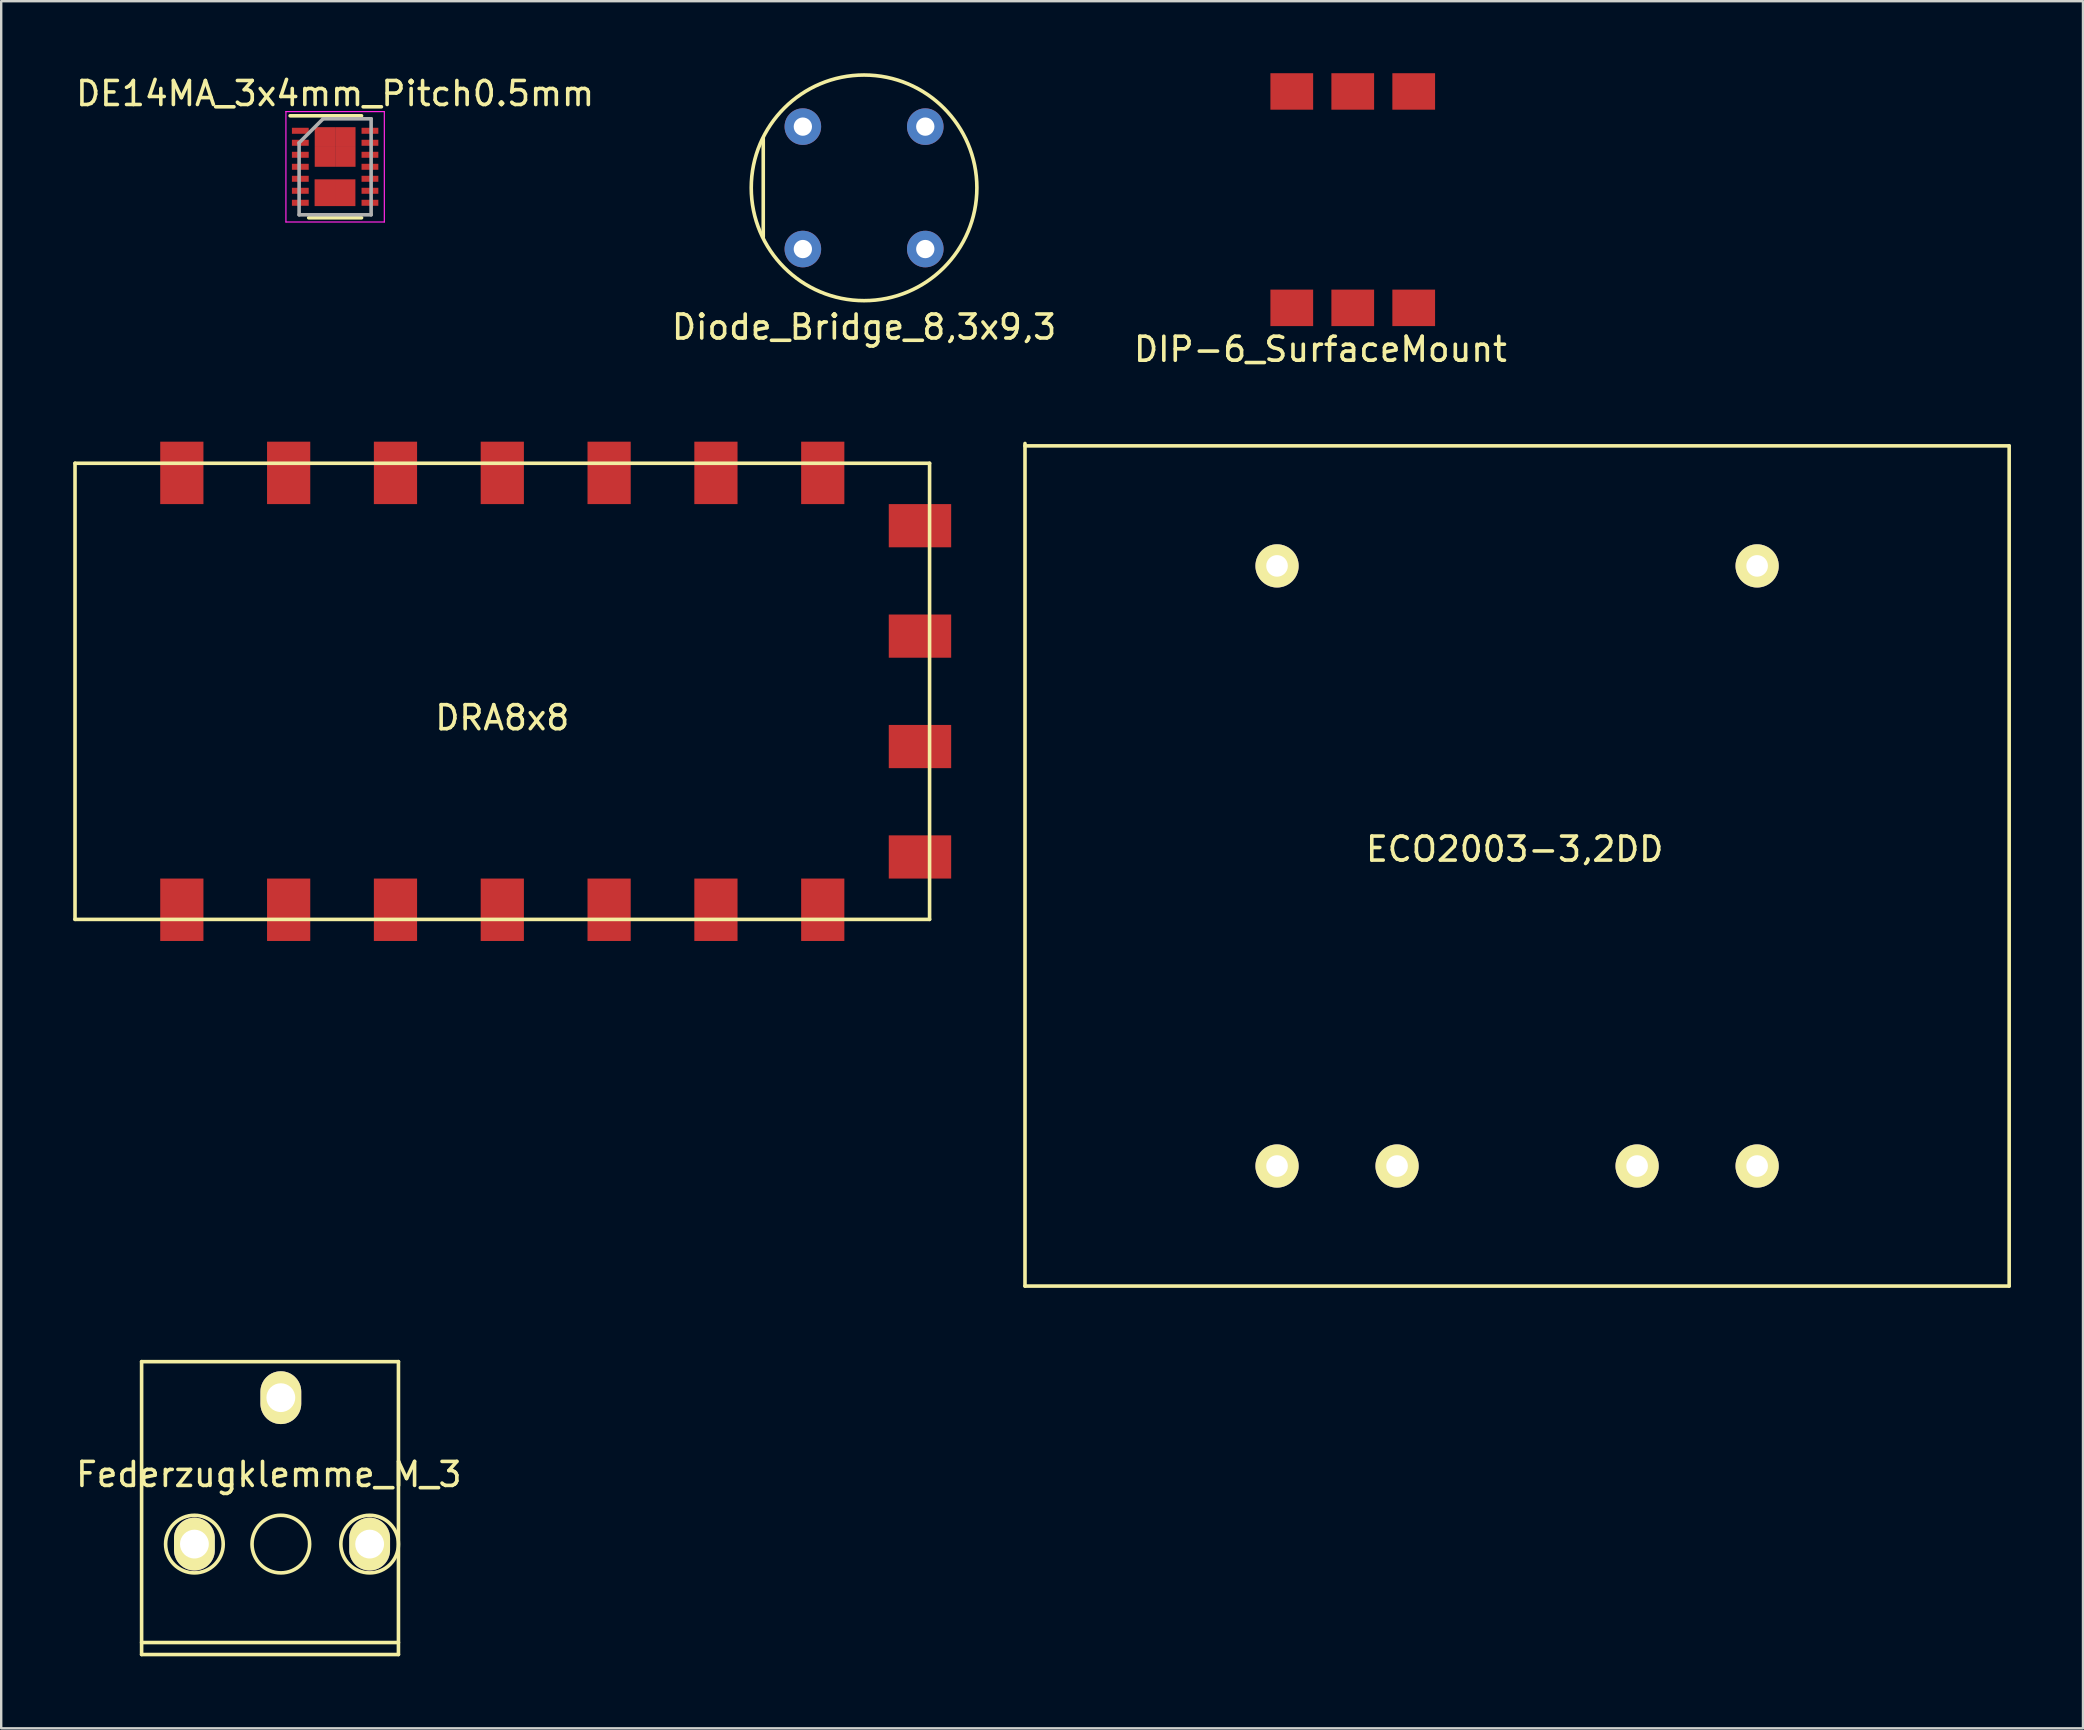
<source format=kicad_pcb>
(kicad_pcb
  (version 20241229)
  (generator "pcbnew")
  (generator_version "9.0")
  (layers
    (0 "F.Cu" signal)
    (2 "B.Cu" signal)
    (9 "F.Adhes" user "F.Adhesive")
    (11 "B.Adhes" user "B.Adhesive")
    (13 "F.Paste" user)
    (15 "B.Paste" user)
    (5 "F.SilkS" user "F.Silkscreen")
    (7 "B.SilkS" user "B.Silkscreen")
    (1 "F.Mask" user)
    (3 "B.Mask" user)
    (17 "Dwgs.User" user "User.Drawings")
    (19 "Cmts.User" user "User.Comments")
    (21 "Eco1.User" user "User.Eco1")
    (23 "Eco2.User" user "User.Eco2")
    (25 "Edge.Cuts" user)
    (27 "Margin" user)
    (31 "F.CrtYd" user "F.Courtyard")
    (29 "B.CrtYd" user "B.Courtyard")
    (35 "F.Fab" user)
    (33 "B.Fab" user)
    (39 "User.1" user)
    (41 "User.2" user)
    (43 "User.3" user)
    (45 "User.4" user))
  (footprint "ECO2003-3,2DD"
    (layer "F.Cu")
    (at 60.05 32.325)
    (property "Reference" "ECO2003-3,2DD" (at 0 0 0) (layer "F.SilkS") (effects (font (size 1 1) (thickness 0.15))))
    (attr through_hole)
    (fp_line (start -20.4 -16.8) (end 20.6 -16.8) (stroke (width 0.15) (type solid)) (layer "F.SilkS"))
    (fp_line (start -20.4 18.2) (end -20.4 -16.9) (stroke (width 0.15) (type solid)) (layer "F.SilkS"))
    (fp_line (start 20.6 -16.8) (end 20.6 18.2) (stroke (width 0.15) (type solid)) (layer "F.SilkS"))
    (fp_line (start 20.6 18.2) (end -20.4 18.2) (stroke (width 0.15) (type solid)) (layer "F.SilkS"))
    (pad "1" thru_hole circle (at -9.9 -11.8) (size 1.8 1.8) (drill 0.9) (layers "*.Cu" "*.Mask" "F.SilkS"))
    (pad "2" thru_hole circle (at 10.1 -11.8) (size 1.8 1.8) (drill 0.9) (layers "*.Cu" "*.Mask" "F.SilkS"))
    (pad "3" thru_hole circle (at 10.1 13.2) (size 1.8 1.8) (drill 0.9) (layers "*.Cu" "*.Mask" "F.SilkS"))
    (pad "4" thru_hole circle (at 5.1 13.2) (size 1.8 1.8) (drill 0.9) (layers "*.Cu" "*.Mask" "F.SilkS"))
    (pad "5" thru_hole circle (at -4.9 13.2) (size 1.8 1.8) (drill 0.9) (layers "*.Cu" "*.Mask" "F.SilkS"))
    (pad "6" thru_hole circle (at -9.9 13.2) (size 1.8 1.8) (drill 0.9) (layers "*.Cu" "*.Mask" "F.SilkS")))
  (footprint "DE14MA_3x4mm_Pitch0.5mm"
    (layer "F.Cu")
    (at 10.911 3.898)
    (property "Reference" "DE14MA_3x4mm_Pitch0.5mm" (at 0 -3.05 0) (layer "F.SilkS") (effects (font (size 1 1) (thickness 0.15))))
    (attr smd)
    (fp_line (start -1.875 -2.125) (end 1.1 -2.125) (stroke (width 0.15) (type solid)) (layer "F.SilkS"))
    (fp_line (start -1.1 2.125) (end 1.1 2.125) (stroke (width 0.15) (type solid)) (layer "F.SilkS"))
    (fp_line (start -2.05 -2.3) (end -2.05 2.3) (stroke (width 0.05) (type solid)) (layer "F.CrtYd"))
    (fp_line (start -2.05 -2.3) (end 2.05 -2.3) (stroke (width 0.05) (type solid)) (layer "F.CrtYd"))
    (fp_line (start -2.05 2.3) (end 2.05 2.3) (stroke (width 0.05) (type solid)) (layer "F.CrtYd"))
    (fp_line (start 2.05 -2.3) (end 2.05 2.3) (stroke (width 0.05) (type solid)) (layer "F.CrtYd"))
    (fp_line (start -1.5 -1) (end -0.5 -2) (stroke (width 0.15) (type solid)) (layer "F.Fab"))
    (fp_line (start -1.5 2) (end -1.5 -1) (stroke (width 0.15) (type solid)) (layer "F.Fab"))
    (fp_line (start -0.5 -2) (end 1.5 -2) (stroke (width 0.15) (type solid)) (layer "F.Fab"))
    (fp_line (start 1.5 -2) (end 1.5 2) (stroke (width 0.15) (type solid)) (layer "F.Fab"))
    (fp_line (start 1.5 2) (end -1.5 2) (stroke (width 0.15) (type solid)) (layer "F.Fab"))
    (pad "1" smd rect (at -1.45 -1.5) (size 0.7 0.25) (layers "F.Cu" "F.Mask" "F.Paste"))
    (pad "2" smd rect (at -1.45 -1) (size 0.7 0.25) (layers "F.Cu" "F.Mask" "F.Paste"))
    (pad "3" smd rect (at -1.45 -0.5) (size 0.7 0.25) (layers "F.Cu" "F.Mask" "F.Paste"))
    (pad "4" smd rect (at -1.45 0) (size 0.7 0.25) (layers "F.Cu" "F.Mask" "F.Paste"))
    (pad "5" smd rect (at -1.45 0.5) (size 0.7 0.25) (layers "F.Cu" "F.Mask" "F.Paste"))
    (pad "6" smd rect (at -1.45 1) (size 0.7 0.25) (layers "F.Cu" "F.Mask" "F.Paste"))
    (pad "7" smd rect (at -1.45 1.5) (size 0.7 0.25) (layers "F.Cu" "F.Mask" "F.Paste"))
    (pad "8" smd rect (at 1.45 1.5) (size 0.7 0.25) (layers "F.Cu" "F.Mask" "F.Paste"))
    (pad "9" smd rect (at 1.45 1) (size 0.7 0.25) (layers "F.Cu" "F.Mask" "F.Paste"))
    (pad "10" smd rect (at 1.45 0.5) (size 0.7 0.25) (layers "F.Cu" "F.Mask" "F.Paste"))
    (pad "11" smd rect (at 1.45 0) (size 0.7 0.25) (layers "F.Cu" "F.Mask" "F.Paste"))
    (pad "12" smd rect (at 1.45 -0.5) (size 0.7 0.25) (layers "F.Cu" "F.Mask" "F.Paste"))
    (pad "13" smd rect (at 1.45 -1) (size 0.7 0.25) (layers "F.Cu" "F.Mask" "F.Paste"))
    (pad "14" smd rect (at 1.45 -1.5) (size 0.7 0.25) (layers "F.Cu" "F.Mask" "F.Paste"))
    (pad "15" smd rect (at -0.425 -1.238) (size 0.85 0.825) (layers "F.Cu" "F.Mask" "F.Paste"))
    (pad "15" smd rect (at -0.425 -0.412) (size 0.85 0.825) (layers "F.Cu" "F.Mask" "F.Paste"))
    (pad "15" smd rect (at 0.425 -1.238) (size 0.85 0.825) (layers "F.Cu" "F.Mask" "F.Paste"))
    (pad "15" smd rect (at 0.425 -0.412) (size 0.85 0.825) (layers "F.Cu" "F.Mask" "F.Paste"))
    (pad "16" smd rect (at -0.43 1.08) (size 0.85 1.115) (layers "F.Cu" "F.Mask" "F.Paste"))
    (pad "16" smd rect (at 0.42 1.08) (size 0.85 1.115) (layers "F.Cu" "F.Mask" "F.Paste")))
  (footprint "DRA8x8"
    (layer "F.Cu")
    (at 17.875 25.65)
    (property "Reference" "DRA8x8" (at 0 1.2 0) (layer "F.SilkS") (effects (font (size 1 1) (thickness 0.15))))
    (attr through_hole)
    (fp_line (start -17.8 -9.4) (end -17.8 9.6) (stroke (width 0.15) (type solid)) (layer "F.SilkS"))
    (fp_line (start -17.8 9.6) (end 17.8 9.6) (stroke (width 0.15) (type solid)) (layer "F.SilkS"))
    (fp_line (start 17.8 -9.4) (end -17.8 -9.4) (stroke (width 0.15) (type solid)) (layer "F.SilkS"))
    (fp_line (start 17.8 9.6) (end 17.8 -9.4) (stroke (width 0.15) (type solid)) (layer "F.SilkS"))
    (pad "1" smd rect (at -13.35 -9 90) (size 2.6 1.8) (layers "F.Cu" "F.Mask" "F.Paste"))
    (pad "2" smd rect (at -8.9 -9 90) (size 2.6 1.8) (layers "F.Cu" "F.Mask" "F.Paste"))
    (pad "3" smd rect (at -4.45 -9 90) (size 2.6 1.8) (layers "F.Cu" "F.Mask" "F.Paste"))
    (pad "4" smd rect (at 0 -9 90) (size 2.6 1.8) (layers "F.Cu" "F.Mask" "F.Paste"))
    (pad "5" smd rect (at 4.45 -9 90) (size 2.6 1.8) (layers "F.Cu" "F.Mask" "F.Paste"))
    (pad "6" smd rect (at 8.9 -9 90) (size 2.6 1.8) (layers "F.Cu" "F.Mask" "F.Paste"))
    (pad "7" smd rect (at 13.35 -9 90) (size 2.6 1.8) (layers "F.Cu" "F.Mask" "F.Paste"))
    (pad "8" smd rect (at 17.4 -6.8) (size 2.6 1.8) (layers "F.Cu" "F.Mask" "F.Paste"))
    (pad "9" smd rect (at 17.4 -2.2) (size 2.6 1.8) (layers "F.Cu" "F.Mask" "F.Paste"))
    (pad "10" smd rect (at 17.4 2.4) (size 2.6 1.8) (layers "F.Cu" "F.Mask" "F.Paste"))
    (pad "11" smd rect (at 17.4 7) (size 2.6 1.8) (layers "F.Cu" "F.Mask" "F.Paste"))
    (pad "12" smd rect (at 13.35 9.2 90) (size 2.6 1.8) (layers "F.Cu" "F.Mask" "F.Paste"))
    (pad "13" smd rect (at 8.9 9.2 90) (size 2.6 1.8) (layers "F.Cu" "F.Mask" "F.Paste"))
    (pad "14" smd rect (at 4.45 9.2 90) (size 2.6 1.8) (layers "F.Cu" "F.Mask" "F.Paste"))
    (pad "15" smd rect (at 0 9.2 90) (size 2.6 1.8) (layers "F.Cu" "F.Mask" "F.Paste"))
    (pad "16" smd rect (at -4.45 9.2 90) (size 2.6 1.8) (layers "F.Cu" "F.Mask" "F.Paste"))
    (pad "17" smd rect (at -8.9 9.2 90) (size 2.6 1.8) (layers "F.Cu" "F.Mask" "F.Paste"))
    (pad "18" smd rect (at -13.35 9.2 90) (size 2.6 1.8) (layers "F.Cu" "F.Mask" "F.Paste")))
  (footprint "Diode_Bridge_8,3x9,3"
    (layer "F.Cu")
    (at 32.946 4.775)
    (property "Reference" "Diode_Bridge_8,3x9,3" (at 0 5.8 0) (layer "F.SilkS") (effects (font (size 1 1) (thickness 0.15))))
    (attr through_hole)
    (fp_line (start -4.2 -2.05) (end -4.2 2.05) (stroke (width 0.15) (type solid)) (layer "F.SilkS"))
    (fp_circle (center 0 0) (end 0 -4.7) (stroke (width 0.15) (type solid)) (fill no) (layer "F.SilkS"))
    (pad "1" thru_hole circle (at 2.55 2.55) (size 1.524 1.524) (drill 0.762) (layers "*.Cu" "*.Mask"))
    (pad "2" thru_hole circle (at -2.55 2.55) (size 1.524 1.524) (drill 0.762) (layers "*.Cu" "*.Mask"))
    (pad "3" thru_hole circle (at -2.55 -2.55) (size 1.524 1.524) (drill 0.762) (layers "*.Cu" "*.Mask"))
    (pad "4" thru_hole circle (at 2.55 -2.55) (size 1.524 1.524) (drill 0.762) (layers "*.Cu" "*.Mask")))
  (footprint "DIP-6_SurfaceMount"
    (layer "F.Cu")
    (at 53.279 5.152)
    (property "Reference" "DIP-6_SurfaceMount" (at -1.321 6.35 0) (layer "F.SilkS") (effects (font (size 1 1) (thickness 0.15))))
    (attr through_hole)
    (pad "1" smd rect (at -2.515 4.623) (size 1.78 1.52) (layers "F.Cu" "F.Mask" "F.Paste"))
    (pad "2" smd rect (at 0.025 4.623) (size 1.78 1.52) (layers "F.Cu" "F.Mask" "F.Paste"))
    (pad "3" smd rect (at 2.565 4.623) (size 1.78 1.52) (layers "F.Cu" "F.Mask" "F.Paste"))
    (pad "4" smd rect (at 2.565 -4.392) (size 1.78 1.52) (layers "F.Cu" "F.Mask" "F.Paste"))
    (pad "5" smd rect (at 0.025 -4.392) (size 1.78 1.52) (layers "F.Cu" "F.Mask" "F.Paste"))
    (pad "6" smd rect (at -2.515 -4.392) (size 1.78 1.52) (layers "F.Cu" "F.Mask" "F.Paste")))
  (footprint "Federzugklemme_M_3"
    (layer "F.Cu")
    (at 8.149 59.775)
    (property "Reference" "Federzugklemme_M_3" (at 0 -1.4 0) (layer "F.SilkS") (effects (font (size 1 1) (thickness 0.15))))
    (attr through_hole)
    (fp_line (start -5.3 -6.1) (end -5.3 6.1) (stroke (width 0.15) (type solid)) (layer "F.SilkS"))
    (fp_line (start -5.3 5.6) (end 5.4 5.6) (stroke (width 0.15) (type solid)) (layer "F.SilkS"))
    (fp_line (start -5.3 6.1) (end 5.4 6.1) (stroke (width 0.15) (type solid)) (layer "F.SilkS"))
    (fp_line (start 5.4 -6.1) (end -5.3 -6.1) (stroke (width 0.15) (type solid)) (layer "F.SilkS"))
    (fp_line (start 5.4 6.1) (end 5.4 -6.1) (stroke (width 0.15) (type solid)) (layer "F.SilkS"))
    (fp_circle (center -3.1 1.5) (end -1.9 1.5) (stroke (width 0.15) (type solid)) (fill no) (layer "F.SilkS"))
    (fp_circle (center 0.5 1.5) (end 1.7 1.5) (stroke (width 0.15) (type solid)) (fill no) (layer "F.SilkS"))
    (fp_circle (center 4.2 1.5) (end 3 1.5) (stroke (width 0.15) (type solid)) (fill no) (layer "F.SilkS"))
    (pad "1" thru_hole oval (at -3.1 1.5 90) (size 2.2 1.7) (drill 1.2) (layers "*.Cu" "*.Mask" "F.SilkS"))
    (pad "2" thru_hole oval (at 0.5 -4.6 90) (size 2.2 1.7) (drill 1.2) (layers "*.Cu" "*.Mask" "F.SilkS"))
    (pad "3" thru_hole oval (at 4.2 1.5 90) (size 2.2 1.7) (drill 1.2) (layers "*.Cu" "*.Mask" "F.SilkS")))
  (gr_rect
    (start -3 -3)
    (end 83.725 68.95)
    (stroke (width 0.1) (type default))
    (fill no)
    (layer "Edge.Cuts")))
</source>
